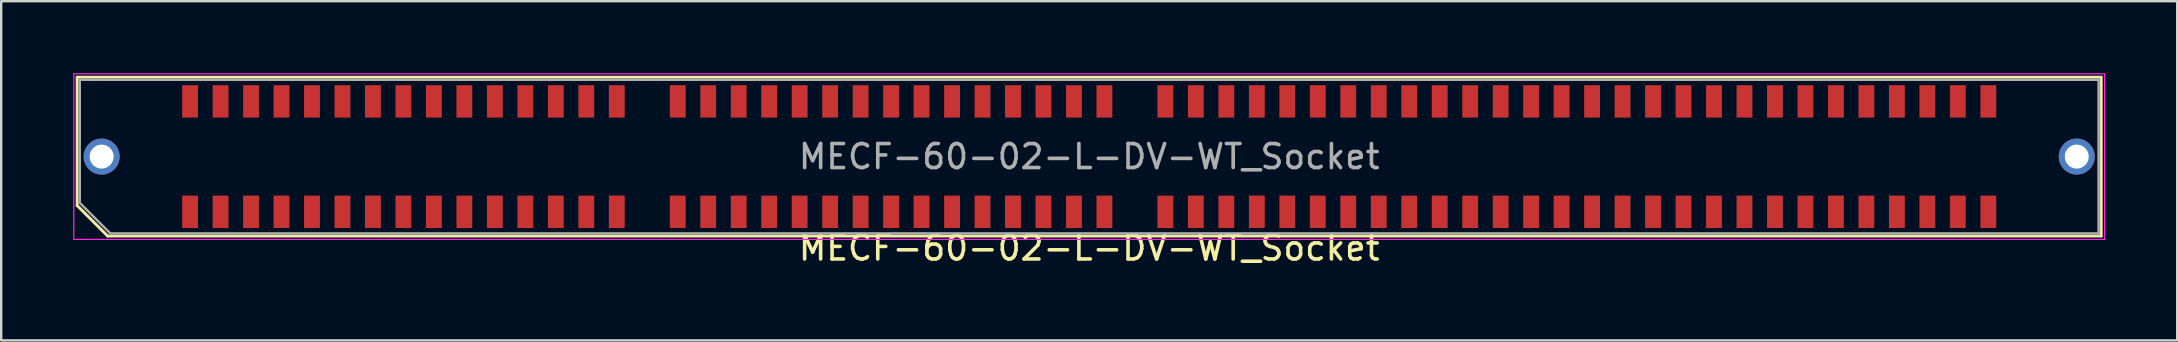
<source format=kicad_pcb>
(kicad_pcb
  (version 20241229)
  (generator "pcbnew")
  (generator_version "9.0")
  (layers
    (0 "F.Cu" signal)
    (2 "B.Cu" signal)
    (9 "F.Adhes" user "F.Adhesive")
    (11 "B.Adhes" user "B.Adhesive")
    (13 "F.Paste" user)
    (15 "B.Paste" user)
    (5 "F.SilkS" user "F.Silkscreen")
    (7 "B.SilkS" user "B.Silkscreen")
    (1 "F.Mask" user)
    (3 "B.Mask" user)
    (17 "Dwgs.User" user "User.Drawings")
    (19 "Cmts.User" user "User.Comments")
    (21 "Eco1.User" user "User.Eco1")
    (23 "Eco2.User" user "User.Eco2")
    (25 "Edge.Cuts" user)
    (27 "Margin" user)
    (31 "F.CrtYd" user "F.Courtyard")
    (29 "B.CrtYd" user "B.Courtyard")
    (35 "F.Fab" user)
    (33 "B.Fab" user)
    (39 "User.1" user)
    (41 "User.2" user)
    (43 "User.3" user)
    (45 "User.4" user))
  (footprint "MECF-60-02-L-DV-WT_Socket"
    (layer "F.Cu")
    (at 42.335 3.475)
    (property "Reference" "MECF-60-02-L-DV-WT_Socket" (at 0 3.81 0) (layer "F.SilkS") (effects (font (size 1 1) (thickness 0.15))))
    (attr smd)
    (fp_line (start -42.17 -3.31) (end 42.17 -3.31) (stroke (width 0.12) (type solid)) (layer "F.SilkS"))
    (fp_line (start -42.17 2.04) (end -42.17 -3.31) (stroke (width 0.12) (type solid)) (layer "F.SilkS"))
    (fp_line (start -40.9 3.31) (end -42.17 2.04) (stroke (width 0.12) (type solid)) (layer "F.SilkS"))
    (fp_line (start -40.9 3.31) (end 42.17 3.31) (stroke (width 0.12) (type solid)) (layer "F.SilkS"))
    (fp_line (start 42.17 3.31) (end 42.17 -3.31) (stroke (width 0.12) (type solid)) (layer "F.SilkS"))
    (fp_line (start -42.31 -3.45) (end -42.31 3.45) (stroke (width 0.05) (type solid)) (layer "F.CrtYd"))
    (fp_line (start -42.31 3.45) (end 42.31 3.45) (stroke (width 0.05) (type solid)) (layer "F.CrtYd"))
    (fp_line (start 42.31 -3.45) (end -42.31 -3.45) (stroke (width 0.05) (type solid)) (layer "F.CrtYd"))
    (fp_line (start 42.31 3.45) (end 42.31 -3.45) (stroke (width 0.05) (type solid)) (layer "F.CrtYd"))
    (fp_line (start -42.06 -3.2) (end 42.06 -3.2) (stroke (width 0.1) (type solid)) (layer "F.Fab"))
    (fp_line (start -42.06 1.93) (end -42.06 -3.2) (stroke (width 0.1) (type solid)) (layer "F.Fab"))
    (fp_line (start -42.06 1.93) (end -40.79 3.2) (stroke (width 0.1) (type solid)) (layer "F.Fab"))
    (fp_line (start -40.79 3.2) (end 42.06 3.2) (stroke (width 0.1) (type solid)) (layer "F.Fab"))
    (fp_line (start 42.06 3.2) (end 42.06 -3.2) (stroke (width 0.1) (type solid)) (layer "F.Fab"))
    (fp_text user "${REFERENCE}" (at 0 0 0) (layer "F.Fab") (effects (font (size 1 1) (thickness 0.15))))
    (pad "" thru_hole circle (at -41.15 0) (size 1.5 1.5) (drill 1) (layers "*.Cu" "*.Mask"))
    (pad "" np_thru_hole circle (at -39.245 0) (size 0.001 0.001) (drill 1.45) (layers "*.Cu" "*.Mask"))
    (pad "" np_thru_hole circle (at 39.245 1) (size 0.001 0.001) (drill 1.45) (layers "*.Cu" "*.Mask"))
    (pad "" thru_hole circle (at 41.15 0) (size 1.5 1.5) (drill 1) (layers "*.Cu" "*.Mask"))
    (pad "1" smd rect (at -37.465 2.3) (size 0.66 1.35) (layers "F.Cu" "F.Mask" "F.Paste"))
    (pad "2" smd rect (at -37.465 -2.3) (size 0.66 1.35) (layers "F.Cu" "F.Mask" "F.Paste"))
    (pad "3" smd rect (at -36.195 2.3) (size 0.66 1.35) (layers "F.Cu" "F.Mask" "F.Paste"))
    (pad "4" smd rect (at -36.195 -2.3) (size 0.66 1.35) (layers "F.Cu" "F.Mask" "F.Paste"))
    (pad "5" smd rect (at -34.925 2.3) (size 0.66 1.35) (layers "F.Cu" "F.Mask" "F.Paste"))
    (pad "6" smd rect (at -34.925 -2.3) (size 0.66 1.35) (layers "F.Cu" "F.Mask" "F.Paste"))
    (pad "7" smd rect (at -33.655 2.3) (size 0.66 1.35) (layers "F.Cu" "F.Mask" "F.Paste"))
    (pad "8" smd rect (at -33.655 -2.3) (size 0.66 1.35) (layers "F.Cu" "F.Mask" "F.Paste"))
    (pad "9" smd rect (at -32.385 2.3) (size 0.66 1.35) (layers "F.Cu" "F.Mask" "F.Paste"))
    (pad "10" smd rect (at -32.385 -2.3) (size 0.66 1.35) (layers "F.Cu" "F.Mask" "F.Paste"))
    (pad "11" smd rect (at -31.115 2.3) (size 0.66 1.35) (layers "F.Cu" "F.Mask" "F.Paste"))
    (pad "12" smd rect (at -31.115 -2.3) (size 0.66 1.35) (layers "F.Cu" "F.Mask" "F.Paste"))
    (pad "13" smd rect (at -29.845 2.3) (size 0.66 1.35) (layers "F.Cu" "F.Mask" "F.Paste"))
    (pad "14" smd rect (at -29.845 -2.3) (size 0.66 1.35) (layers "F.Cu" "F.Mask" "F.Paste"))
    (pad "15" smd rect (at -28.575 2.3) (size 0.66 1.35) (layers "F.Cu" "F.Mask" "F.Paste"))
    (pad "16" smd rect (at -28.575 -2.3) (size 0.66 1.35) (layers "F.Cu" "F.Mask" "F.Paste"))
    (pad "17" smd rect (at -27.305 2.3) (size 0.66 1.35) (layers "F.Cu" "F.Mask" "F.Paste"))
    (pad "18" smd rect (at -27.305 -2.3) (size 0.66 1.35) (layers "F.Cu" "F.Mask" "F.Paste"))
    (pad "19" smd rect (at -26.035 2.3) (size 0.66 1.35) (layers "F.Cu" "F.Mask" "F.Paste"))
    (pad "20" smd rect (at -26.035 -2.3) (size 0.66 1.35) (layers "F.Cu" "F.Mask" "F.Paste"))
    (pad "21" smd rect (at -24.765 2.3) (size 0.66 1.35) (layers "F.Cu" "F.Mask" "F.Paste"))
    (pad "22" smd rect (at -24.765 -2.3) (size 0.66 1.35) (layers "F.Cu" "F.Mask" "F.Paste"))
    (pad "23" smd rect (at -23.495 2.3) (size 0.66 1.35) (layers "F.Cu" "F.Mask" "F.Paste"))
    (pad "24" smd rect (at -23.495 -2.3) (size 0.66 1.35) (layers "F.Cu" "F.Mask" "F.Paste"))
    (pad "25" smd rect (at -22.225 2.3) (size 0.66 1.35) (layers "F.Cu" "F.Mask" "F.Paste"))
    (pad "26" smd rect (at -22.225 -2.3) (size 0.66 1.35) (layers "F.Cu" "F.Mask" "F.Paste"))
    (pad "27" smd rect (at -20.955 2.3) (size 0.66 1.35) (layers "F.Cu" "F.Mask" "F.Paste"))
    (pad "28" smd rect (at -20.955 -2.3) (size 0.66 1.35) (layers "F.Cu" "F.Mask" "F.Paste"))
    (pad "29" smd rect (at -19.685 2.3) (size 0.66 1.35) (layers "F.Cu" "F.Mask" "F.Paste"))
    (pad "30" smd rect (at -19.685 -2.3) (size 0.66 1.35) (layers "F.Cu" "F.Mask" "F.Paste"))
    (pad "33" smd rect (at -17.145 2.3) (size 0.66 1.35) (layers "F.Cu" "F.Mask" "F.Paste"))
    (pad "34" smd rect (at -17.145 -2.3) (size 0.66 1.35) (layers "F.Cu" "F.Mask" "F.Paste"))
    (pad "35" smd rect (at -15.875 2.3) (size 0.66 1.35) (layers "F.Cu" "F.Mask" "F.Paste"))
    (pad "36" smd rect (at -15.875 -2.3) (size 0.66 1.35) (layers "F.Cu" "F.Mask" "F.Paste"))
    (pad "37" smd rect (at -14.605 2.3) (size 0.66 1.35) (layers "F.Cu" "F.Mask" "F.Paste"))
    (pad "38" smd rect (at -14.605 -2.3) (size 0.66 1.35) (layers "F.Cu" "F.Mask" "F.Paste"))
    (pad "39" smd rect (at -13.335 2.3) (size 0.66 1.35) (layers "F.Cu" "F.Mask" "F.Paste"))
    (pad "40" smd rect (at -13.335 -2.3) (size 0.66 1.35) (layers "F.Cu" "F.Mask" "F.Paste"))
    (pad "41" smd rect (at -12.065 2.3) (size 0.66 1.35) (layers "F.Cu" "F.Mask" "F.Paste"))
    (pad "42" smd rect (at -12.065 -2.3) (size 0.66 1.35) (layers "F.Cu" "F.Mask" "F.Paste"))
    (pad "43" smd rect (at -10.795 2.3) (size 0.66 1.35) (layers "F.Cu" "F.Mask" "F.Paste"))
    (pad "44" smd rect (at -10.795 -2.3) (size 0.66 1.35) (layers "F.Cu" "F.Mask" "F.Paste"))
    (pad "45" smd rect (at -9.525 2.3) (size 0.66 1.35) (layers "F.Cu" "F.Mask" "F.Paste"))
    (pad "46" smd rect (at -9.525 -2.3) (size 0.66 1.35) (layers "F.Cu" "F.Mask" "F.Paste"))
    (pad "47" smd rect (at -8.255 2.3) (size 0.66 1.35) (layers "F.Cu" "F.Mask" "F.Paste"))
    (pad "48" smd rect (at -8.255 -2.3) (size 0.66 1.35) (layers "F.Cu" "F.Mask" "F.Paste"))
    (pad "49" smd rect (at -6.985 2.3) (size 0.66 1.35) (layers "F.Cu" "F.Mask" "F.Paste"))
    (pad "50" smd rect (at -6.985 -2.3) (size 0.66 1.35) (layers "F.Cu" "F.Mask" "F.Paste"))
    (pad "51" smd rect (at -5.715 2.3) (size 0.66 1.35) (layers "F.Cu" "F.Mask" "F.Paste"))
    (pad "52" smd rect (at -5.715 -2.3) (size 0.66 1.35) (layers "F.Cu" "F.Mask" "F.Paste"))
    (pad "53" smd rect (at -4.445 2.3) (size 0.66 1.35) (layers "F.Cu" "F.Mask" "F.Paste"))
    (pad "54" smd rect (at -4.445 -2.3) (size 0.66 1.35) (layers "F.Cu" "F.Mask" "F.Paste"))
    (pad "55" smd rect (at -3.175 2.3) (size 0.66 1.35) (layers "F.Cu" "F.Mask" "F.Paste"))
    (pad "56" smd rect (at -3.175 -2.3) (size 0.66 1.35) (layers "F.Cu" "F.Mask" "F.Paste"))
    (pad "57" smd rect (at -1.905 2.3) (size 0.66 1.35) (layers "F.Cu" "F.Mask" "F.Paste"))
    (pad "58" smd rect (at -1.905 -2.3) (size 0.66 1.35) (layers "F.Cu" "F.Mask" "F.Paste"))
    (pad "59" smd rect (at -0.635 2.3) (size 0.66 1.35) (layers "F.Cu" "F.Mask" "F.Paste"))
    (pad "60" smd rect (at -0.635 -2.3) (size 0.66 1.35) (layers "F.Cu" "F.Mask" "F.Paste"))
    (pad "61" smd rect (at 0.635 2.3) (size 0.66 1.35) (layers "F.Cu" "F.Mask" "F.Paste"))
    (pad "62" smd rect (at 0.635 -2.3) (size 0.66 1.35) (layers "F.Cu" "F.Mask" "F.Paste"))
    (pad "65" smd rect (at 3.175 2.3) (size 0.66 1.35) (layers "F.Cu" "F.Mask" "F.Paste"))
    (pad "66" smd rect (at 3.175 -2.3) (size 0.66 1.35) (layers "F.Cu" "F.Mask" "F.Paste"))
    (pad "67" smd rect (at 4.445 2.3) (size 0.66 1.35) (layers "F.Cu" "F.Mask" "F.Paste"))
    (pad "68" smd rect (at 4.445 -2.3) (size 0.66 1.35) (layers "F.Cu" "F.Mask" "F.Paste"))
    (pad "69" smd rect (at 5.715 2.3) (size 0.66 1.35) (layers "F.Cu" "F.Mask" "F.Paste"))
    (pad "70" smd rect (at 5.715 -2.3) (size 0.66 1.35) (layers "F.Cu" "F.Mask" "F.Paste"))
    (pad "71" smd rect (at 6.985 2.3) (size 0.66 1.35) (layers "F.Cu" "F.Mask" "F.Paste"))
    (pad "72" smd rect (at 6.985 -2.3) (size 0.66 1.35) (layers "F.Cu" "F.Mask" "F.Paste"))
    (pad "73" smd rect (at 8.255 2.3) (size 0.66 1.35) (layers "F.Cu" "F.Mask" "F.Paste"))
    (pad "74" smd rect (at 8.255 -2.3) (size 0.66 1.35) (layers "F.Cu" "F.Mask" "F.Paste"))
    (pad "75" smd rect (at 9.525 2.3) (size 0.66 1.35) (layers "F.Cu" "F.Mask" "F.Paste"))
    (pad "76" smd rect (at 9.525 -2.3) (size 0.66 1.35) (layers "F.Cu" "F.Mask" "F.Paste"))
    (pad "77" smd rect (at 10.795 2.3) (size 0.66 1.35) (layers "F.Cu" "F.Mask" "F.Paste"))
    (pad "78" smd rect (at 10.795 -2.3) (size 0.66 1.35) (layers "F.Cu" "F.Mask" "F.Paste"))
    (pad "79" smd rect (at 12.065 2.3) (size 0.66 1.35) (layers "F.Cu" "F.Mask" "F.Paste"))
    (pad "80" smd rect (at 12.065 -2.3) (size 0.66 1.35) (layers "F.Cu" "F.Mask" "F.Paste"))
    (pad "81" smd rect (at 13.335 2.3) (size 0.66 1.35) (layers "F.Cu" "F.Mask" "F.Paste"))
    (pad "82" smd rect (at 13.335 -2.3) (size 0.66 1.35) (layers "F.Cu" "F.Mask" "F.Paste"))
    (pad "83" smd rect (at 14.605 2.3) (size 0.66 1.35) (layers "F.Cu" "F.Mask" "F.Paste"))
    (pad "84" smd rect (at 14.605 -2.3) (size 0.66 1.35) (layers "F.Cu" "F.Mask" "F.Paste"))
    (pad "85" smd rect (at 15.875 2.3) (size 0.66 1.35) (layers "F.Cu" "F.Mask" "F.Paste"))
    (pad "86" smd rect (at 15.875 -2.3) (size 0.66 1.35) (layers "F.Cu" "F.Mask" "F.Paste"))
    (pad "87" smd rect (at 17.145 2.3) (size 0.66 1.35) (layers "F.Cu" "F.Mask" "F.Paste"))
    (pad "88" smd rect (at 17.145 -2.3) (size 0.66 1.35) (layers "F.Cu" "F.Mask" "F.Paste"))
    (pad "89" smd rect (at 18.415 2.3) (size 0.66 1.35) (layers "F.Cu" "F.Mask" "F.Paste"))
    (pad "90" smd rect (at 18.415 -2.3) (size 0.66 1.35) (layers "F.Cu" "F.Mask" "F.Paste"))
    (pad "91" smd rect (at 19.685 2.3) (size 0.66 1.35) (layers "F.Cu" "F.Mask" "F.Paste"))
    (pad "92" smd rect (at 19.685 -2.3) (size 0.66 1.35) (layers "F.Cu" "F.Mask" "F.Paste"))
    (pad "93" smd rect (at 20.955 2.3) (size 0.66 1.35) (layers "F.Cu" "F.Mask" "F.Paste"))
    (pad "94" smd rect (at 20.955 -2.3) (size 0.66 1.35) (layers "F.Cu" "F.Mask" "F.Paste"))
    (pad "95" smd rect (at 22.225 2.3) (size 0.66 1.35) (layers "F.Cu" "F.Mask" "F.Paste"))
    (pad "96" smd rect (at 22.225 -2.3) (size 0.66 1.35) (layers "F.Cu" "F.Mask" "F.Paste"))
    (pad "97" smd rect (at 23.495 2.3) (size 0.66 1.35) (layers "F.Cu" "F.Mask" "F.Paste"))
    (pad "98" smd rect (at 23.495 -2.3) (size 0.66 1.35) (layers "F.Cu" "F.Mask" "F.Paste"))
    (pad "99" smd rect (at 24.765 2.3) (size 0.66 1.35) (layers "F.Cu" "F.Mask" "F.Paste"))
    (pad "100" smd rect (at 24.765 -2.3) (size 0.66 1.35) (layers "F.Cu" "F.Mask" "F.Paste"))
    (pad "101" smd rect (at 26.035 2.3) (size 0.66 1.35) (layers "F.Cu" "F.Mask" "F.Paste"))
    (pad "102" smd rect (at 26.035 -2.3) (size 0.66 1.35) (layers "F.Cu" "F.Mask" "F.Paste"))
    (pad "103" smd rect (at 27.305 2.3) (size 0.66 1.35) (layers "F.Cu" "F.Mask" "F.Paste"))
    (pad "104" smd rect (at 27.305 -2.3) (size 0.66 1.35) (layers "F.Cu" "F.Mask" "F.Paste"))
    (pad "105" smd rect (at 28.575 2.3) (size 0.66 1.35) (layers "F.Cu" "F.Mask" "F.Paste"))
    (pad "106" smd rect (at 28.575 -2.3) (size 0.66 1.35) (layers "F.Cu" "F.Mask" "F.Paste"))
    (pad "107" smd rect (at 29.845 2.3) (size 0.66 1.35) (layers "F.Cu" "F.Mask" "F.Paste"))
    (pad "108" smd rect (at 29.845 -2.3) (size 0.66 1.35) (layers "F.Cu" "F.Mask" "F.Paste"))
    (pad "109" smd rect (at 31.115 2.3) (size 0.66 1.35) (layers "F.Cu" "F.Mask" "F.Paste"))
    (pad "110" smd rect (at 31.115 -2.3) (size 0.66 1.35) (layers "F.Cu" "F.Mask" "F.Paste"))
    (pad "111" smd rect (at 32.385 2.3) (size 0.66 1.35) (layers "F.Cu" "F.Mask" "F.Paste"))
    (pad "112" smd rect (at 32.385 -2.3) (size 0.66 1.35) (layers "F.Cu" "F.Mask" "F.Paste"))
    (pad "113" smd rect (at 33.655 2.3) (size 0.66 1.35) (layers "F.Cu" "F.Mask" "F.Paste"))
    (pad "114" smd rect (at 33.655 -2.3) (size 0.66 1.35) (layers "F.Cu" "F.Mask" "F.Paste"))
    (pad "115" smd rect (at 34.925 2.3) (size 0.66 1.35) (layers "F.Cu" "F.Mask" "F.Paste"))
    (pad "116" smd rect (at 34.925 -2.3) (size 0.66 1.35) (layers "F.Cu" "F.Mask" "F.Paste"))
    (pad "117" smd rect (at 36.195 2.3) (size 0.66 1.35) (layers "F.Cu" "F.Mask" "F.Paste"))
    (pad "118" smd rect (at 36.195 -2.3) (size 0.66 1.35) (layers "F.Cu" "F.Mask" "F.Paste"))
    (pad "119" smd rect (at 37.465 2.3) (size 0.66 1.35) (layers "F.Cu" "F.Mask" "F.Paste"))
    (pad "120" smd rect (at 37.465 -2.3) (size 0.66 1.35) (layers "F.Cu" "F.Mask" "F.Paste")))
  (gr_rect
    (start -3 -3)
    (end 87.67 11.133)
    (stroke (width 0.1) (type default))
    (fill no)
    (layer "Edge.Cuts")))
</source>
